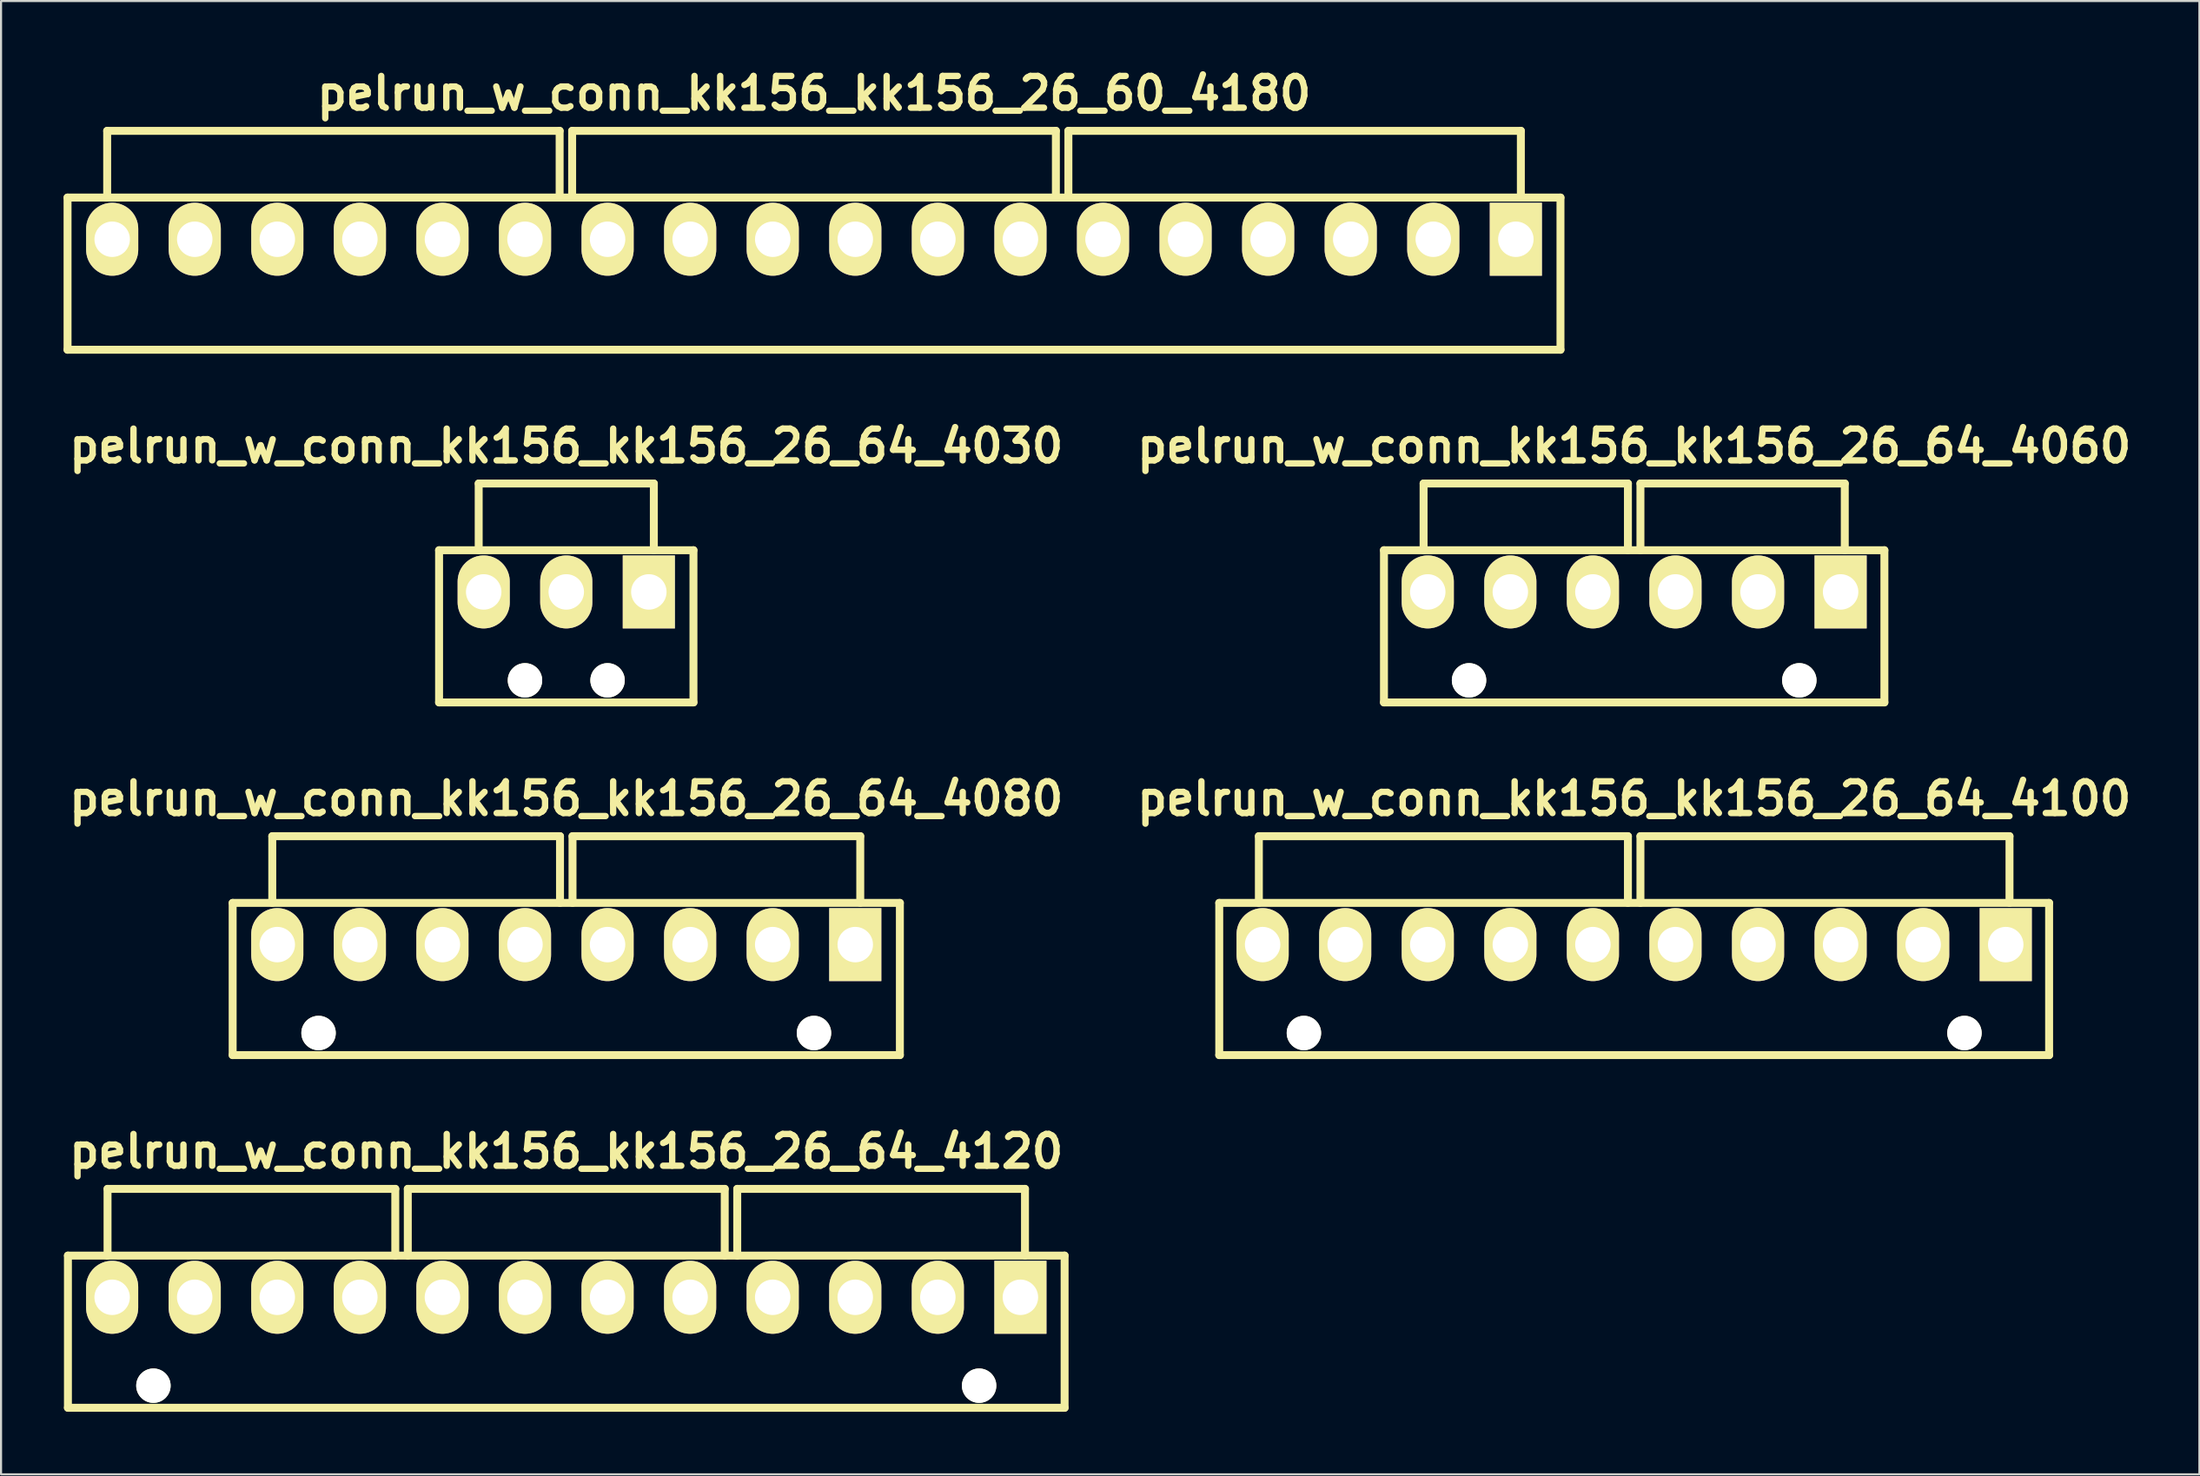
<source format=kicad_pcb>
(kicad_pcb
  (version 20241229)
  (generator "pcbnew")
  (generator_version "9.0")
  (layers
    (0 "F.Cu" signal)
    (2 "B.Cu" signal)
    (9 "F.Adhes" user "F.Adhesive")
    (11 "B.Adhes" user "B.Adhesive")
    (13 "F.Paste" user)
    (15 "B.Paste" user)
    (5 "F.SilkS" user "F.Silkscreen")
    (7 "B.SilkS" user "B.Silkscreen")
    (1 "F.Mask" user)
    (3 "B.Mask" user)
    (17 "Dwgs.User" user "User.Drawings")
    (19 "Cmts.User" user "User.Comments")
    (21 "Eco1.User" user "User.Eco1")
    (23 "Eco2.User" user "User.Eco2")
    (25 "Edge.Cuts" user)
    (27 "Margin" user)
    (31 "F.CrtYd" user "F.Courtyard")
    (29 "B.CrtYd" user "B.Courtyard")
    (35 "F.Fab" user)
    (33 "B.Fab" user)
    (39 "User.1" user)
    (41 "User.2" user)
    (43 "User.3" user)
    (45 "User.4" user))
  (footprint "pelrun_w_conn_kk156_kk156_26_64_4120"
    (layer "F.Cu")
    (at 24.108 59.177)
    (property "Reference" "pelrun_w_conn_kk156_kk156_26_64_4120" (at 0 -7 0) (layer "F.SilkS") (effects (font (size 1.524 1.524) (thickness 0.305))))
    (attr through_hole)
    (fp_line (start -23.9 -2) (end 23.9 -2) (stroke (width 0.381) (type solid)) (layer "F.SilkS"))
    (fp_line (start -23.9 5.3) (end -23.9 -2) (stroke (width 0.381) (type solid)) (layer "F.SilkS"))
    (fp_line (start -23.9 5.3) (end 23.9 5.3) (stroke (width 0.381) (type solid)) (layer "F.SilkS"))
    (fp_line (start -22 -2) (end -22 -5.2) (stroke (width 0.381) (type solid)) (layer "F.SilkS"))
    (fp_line (start -8.2 -5.2) (end -22 -5.2) (stroke (width 0.381) (type solid)) (layer "F.SilkS"))
    (fp_line (start -8.2 -2) (end -8.2 -5.2) (stroke (width 0.381) (type solid)) (layer "F.SilkS"))
    (fp_line (start -7.6 -5.2) (end 7.6 -5.2) (stroke (width 0.381) (type solid)) (layer "F.SilkS"))
    (fp_line (start -7.6 -2) (end -7.6 -5.2) (stroke (width 0.381) (type solid)) (layer "F.SilkS"))
    (fp_line (start 7.6 -5.2) (end 7.6 -2) (stroke (width 0.381) (type solid)) (layer "F.SilkS"))
    (fp_line (start 8.2 -5.2) (end 22 -5.2) (stroke (width 0.381) (type solid)) (layer "F.SilkS"))
    (fp_line (start 8.2 -2) (end 8.2 -5.2) (stroke (width 0.381) (type solid)) (layer "F.SilkS"))
    (fp_line (start 22 -5.2) (end 22 -2) (stroke (width 0.381) (type solid)) (layer "F.SilkS"))
    (fp_line (start 23.9 -2) (end 23.9 5.3) (stroke (width 0.381) (type solid)) (layer "F.SilkS"))
    (pad "" np_thru_hole circle (at -19.8 4.24) (size 1.65 1.65) (drill 1.65) (layers "*.Cu" "F.SilkS"))
    (pad "" np_thru_hole circle (at 19.8 4.24) (size 1.65 1.65) (drill 1.65) (layers "*.Cu" "F.SilkS"))
    (pad "1" thru_hole rect (at 21.78 0) (size 2.5 3.5) (drill 1.7) (layers "*.Cu" "*.Mask" "F.SilkS"))
    (pad "2" thru_hole oval (at 17.82 0) (size 2.5 3.5) (drill 1.7) (layers "*.Cu" "*.Mask" "F.SilkS"))
    (pad "3" thru_hole oval (at 13.86 0) (size 2.5 3.5) (drill 1.7) (layers "*.Cu" "*.Mask" "F.SilkS"))
    (pad "4" thru_hole oval (at 9.9 0) (size 2.5 3.5) (drill 1.7) (layers "*.Cu" "*.Mask" "F.SilkS"))
    (pad "5" thru_hole oval (at 5.94 0) (size 2.5 3.5) (drill 1.7) (layers "*.Cu" "*.Mask" "F.SilkS"))
    (pad "6" thru_hole oval (at 1.98 0) (size 2.5 3.5) (drill 1.7) (layers "*.Cu" "*.Mask" "F.SilkS"))
    (pad "7" thru_hole oval (at -1.98 0) (size 2.5 3.5) (drill 1.7) (layers "*.Cu" "*.Mask" "F.SilkS"))
    (pad "8" thru_hole oval (at -5.94 0) (size 2.5 3.5) (drill 1.7) (layers "*.Cu" "*.Mask" "F.SilkS"))
    (pad "9" thru_hole oval (at -9.9 0) (size 2.5 3.5) (drill 1.7) (layers "*.Cu" "*.Mask" "F.SilkS"))
    (pad "10" thru_hole oval (at -13.86 0) (size 2.5 3.5) (drill 1.7) (layers "*.Cu" "*.Mask" "F.SilkS"))
    (pad "11" thru_hole oval (at -17.82 0) (size 2.5 3.5) (drill 1.7) (layers "*.Cu" "*.Mask" "F.SilkS"))
    (pad "12" thru_hole oval (at -21.78 0) (size 2.5 3.5) (drill 1.7) (layers "*.Cu" "*.Mask" "F.SilkS")))
  (footprint "pelrun_w_conn_kk156_kk156_26_64_4080"
    (layer "F.Cu")
    (at 24.108 42.26)
    (property "Reference" "pelrun_w_conn_kk156_kk156_26_64_4080" (at 0 -7 0) (layer "F.SilkS") (effects (font (size 1.524 1.524) (thickness 0.305))))
    (attr through_hole)
    (fp_line (start -16 -2) (end 16 -2) (stroke (width 0.381) (type solid)) (layer "F.SilkS"))
    (fp_line (start -16 5.3) (end -16 -2) (stroke (width 0.381) (type solid)) (layer "F.SilkS"))
    (fp_line (start -16 5.3) (end 16 5.3) (stroke (width 0.381) (type solid)) (layer "F.SilkS"))
    (fp_line (start -14.1 -2) (end -14.1 -5.2) (stroke (width 0.381) (type solid)) (layer "F.SilkS"))
    (fp_line (start -0.3 -5.2) (end -14.1 -5.2) (stroke (width 0.381) (type solid)) (layer "F.SilkS"))
    (fp_line (start -0.3 -2) (end -0.3 -5.2) (stroke (width 0.381) (type solid)) (layer "F.SilkS"))
    (fp_line (start 0.3 -5.2) (end 14.1 -5.2) (stroke (width 0.381) (type solid)) (layer "F.SilkS"))
    (fp_line (start 0.3 -2) (end 0.3 -5.2) (stroke (width 0.381) (type solid)) (layer "F.SilkS"))
    (fp_line (start 14.1 -5.2) (end 14.1 -2) (stroke (width 0.381) (type solid)) (layer "F.SilkS"))
    (fp_line (start 16 -2) (end 16 5.3) (stroke (width 0.381) (type solid)) (layer "F.SilkS"))
    (pad "" np_thru_hole circle (at -11.88 4.24) (size 1.65 1.65) (drill 1.65) (layers "*.Cu" "F.SilkS"))
    (pad "" np_thru_hole circle (at 11.88 4.24) (size 1.65 1.65) (drill 1.65) (layers "*.Cu" "F.SilkS"))
    (pad "1" thru_hole rect (at 13.86 0) (size 2.5 3.5) (drill 1.7) (layers "*.Cu" "*.Mask" "F.SilkS"))
    (pad "2" thru_hole oval (at 9.9 0) (size 2.5 3.5) (drill 1.7) (layers "*.Cu" "*.Mask" "F.SilkS"))
    (pad "3" thru_hole oval (at 5.94 0) (size 2.5 3.5) (drill 1.7) (layers "*.Cu" "*.Mask" "F.SilkS"))
    (pad "4" thru_hole oval (at 1.98 0) (size 2.5 3.5) (drill 1.7) (layers "*.Cu" "*.Mask" "F.SilkS"))
    (pad "5" thru_hole oval (at -1.98 0) (size 2.5 3.5) (drill 1.7) (layers "*.Cu" "*.Mask" "F.SilkS"))
    (pad "6" thru_hole oval (at -5.94 0) (size 2.5 3.5) (drill 1.7) (layers "*.Cu" "*.Mask" "F.SilkS"))
    (pad "7" thru_hole oval (at -9.9 0) (size 2.5 3.5) (drill 1.7) (layers "*.Cu" "*.Mask" "F.SilkS"))
    (pad "8" thru_hole oval (at -13.86 0) (size 2.5 3.5) (drill 1.7) (layers "*.Cu" "*.Mask" "F.SilkS")))
  (footprint "pelrun_w_conn_kk156_kk156_26_64_4060"
    (layer "F.Cu")
    (at 75.325 25.343)
    (property "Reference" "pelrun_w_conn_kk156_kk156_26_64_4060" (at 0 -7 0) (layer "F.SilkS") (effects (font (size 1.524 1.524) (thickness 0.305))))
    (attr through_hole)
    (fp_line (start -12 -2) (end 12 -2) (stroke (width 0.381) (type solid)) (layer "F.SilkS"))
    (fp_line (start -12 5.3) (end -12 -2) (stroke (width 0.381) (type solid)) (layer "F.SilkS"))
    (fp_line (start -12 5.3) (end 12 5.3) (stroke (width 0.381) (type solid)) (layer "F.SilkS"))
    (fp_line (start -10.1 -2) (end -10.1 -5.2) (stroke (width 0.381) (type solid)) (layer "F.SilkS"))
    (fp_line (start -0.3 -5.2) (end -10.1 -5.2) (stroke (width 0.381) (type solid)) (layer "F.SilkS"))
    (fp_line (start -0.3 -2) (end -0.3 -5.2) (stroke (width 0.381) (type solid)) (layer "F.SilkS"))
    (fp_line (start 0.3 -5.2) (end 10.1 -5.2) (stroke (width 0.381) (type solid)) (layer "F.SilkS"))
    (fp_line (start 0.3 -2) (end 0.3 -5.2) (stroke (width 0.381) (type solid)) (layer "F.SilkS"))
    (fp_line (start 10.1 -5.2) (end 10.1 -2) (stroke (width 0.381) (type solid)) (layer "F.SilkS"))
    (fp_line (start 12 -2) (end 12 5.3) (stroke (width 0.381) (type solid)) (layer "F.SilkS"))
    (pad "" np_thru_hole circle (at -7.92 4.24) (size 1.65 1.65) (drill 1.65) (layers "*.Cu" "F.SilkS"))
    (pad "" np_thru_hole circle (at 7.92 4.24) (size 1.65 1.65) (drill 1.65) (layers "*.Cu" "F.SilkS"))
    (pad "1" thru_hole rect (at 9.9 0) (size 2.5 3.5) (drill 1.7) (layers "*.Cu" "*.Mask" "F.SilkS"))
    (pad "2" thru_hole oval (at 5.94 0) (size 2.5 3.5) (drill 1.7) (layers "*.Cu" "*.Mask" "F.SilkS"))
    (pad "3" thru_hole oval (at 1.98 0) (size 2.5 3.5) (drill 1.7) (layers "*.Cu" "*.Mask" "F.SilkS"))
    (pad "4" thru_hole oval (at -1.98 0) (size 2.5 3.5) (drill 1.7) (layers "*.Cu" "*.Mask" "F.SilkS"))
    (pad "5" thru_hole oval (at -5.94 0) (size 2.5 3.5) (drill 1.7) (layers "*.Cu" "*.Mask" "F.SilkS"))
    (pad "6" thru_hole oval (at -9.9 0) (size 2.5 3.5) (drill 1.7) (layers "*.Cu" "*.Mask" "F.SilkS")))
  (footprint "pelrun_w_conn_kk156_kk156_26_64_4030"
    (layer "F.Cu")
    (at 24.108 25.343)
    (property "Reference" "pelrun_w_conn_kk156_kk156_26_64_4030" (at 0 -7 0) (layer "F.SilkS") (effects (font (size 1.524 1.524) (thickness 0.305))))
    (attr through_hole)
    (fp_line (start -6.1 -2) (end 6.1 -2) (stroke (width 0.381) (type solid)) (layer "F.SilkS"))
    (fp_line (start -6.1 5.3) (end -6.1 -2) (stroke (width 0.381) (type solid)) (layer "F.SilkS"))
    (fp_line (start -6.1 5.3) (end 6.1 5.3) (stroke (width 0.381) (type solid)) (layer "F.SilkS"))
    (fp_line (start -4.2 -5.2) (end 4.2 -5.2) (stroke (width 0.381) (type solid)) (layer "F.SilkS"))
    (fp_line (start -4.2 -2) (end -4.2 -5.2) (stroke (width 0.381) (type solid)) (layer "F.SilkS"))
    (fp_line (start 4.2 -5.2) (end 4.2 -2) (stroke (width 0.381) (type solid)) (layer "F.SilkS"))
    (fp_line (start 6.1 -2) (end 6.1 5.3) (stroke (width 0.381) (type solid)) (layer "F.SilkS"))
    (pad "" np_thru_hole circle (at -1.98 4.24) (size 1.65 1.65) (drill 1.65) (layers "*.Cu" "F.SilkS"))
    (pad "" np_thru_hole circle (at 1.98 4.24) (size 1.65 1.65) (drill 1.65) (layers "*.Cu" "F.SilkS"))
    (pad "1" thru_hole rect (at 3.96 0) (size 2.5 3.5) (drill 1.7) (layers "*.Cu" "*.Mask" "F.SilkS"))
    (pad "2" thru_hole oval (at 0 0) (size 2.5 3.5) (drill 1.7) (layers "*.Cu" "*.Mask" "F.SilkS"))
    (pad "3" thru_hole oval (at -3.96 0) (size 2.5 3.5) (drill 1.7) (layers "*.Cu" "*.Mask" "F.SilkS")))
  (footprint "pelrun_w_conn_kk156_kk156_26_60_4180"
    (layer "F.Cu")
    (at 35.99 8.426)
    (property "Reference" "pelrun_w_conn_kk156_kk156_26_60_4180" (at 0 -7 0) (layer "F.SilkS") (effects (font (size 1.524 1.524) (thickness 0.305))))
    (attr through_hole)
    (fp_line (start -35.8 -2) (end 35.8 -2) (stroke (width 0.381) (type solid)) (layer "F.SilkS"))
    (fp_line (start -35.8 5.3) (end -35.8 -2) (stroke (width 0.381) (type solid)) (layer "F.SilkS"))
    (fp_line (start -35.8 5.3) (end 35.8 5.3) (stroke (width 0.381) (type solid)) (layer "F.SilkS"))
    (fp_line (start -33.9 -2) (end -33.9 -5.2) (stroke (width 0.381) (type solid)) (layer "F.SilkS"))
    (fp_line (start -12.2 -5.2) (end -33.9 -5.2) (stroke (width 0.381) (type solid)) (layer "F.SilkS"))
    (fp_line (start -12.2 -2) (end -12.2 -5.2) (stroke (width 0.381) (type solid)) (layer "F.SilkS"))
    (fp_line (start -11.6 -5.2) (end 11.6 -5.2) (stroke (width 0.381) (type solid)) (layer "F.SilkS"))
    (fp_line (start -11.6 -2) (end -11.6 -5.2) (stroke (width 0.381) (type solid)) (layer "F.SilkS"))
    (fp_line (start 11.6 -5.2) (end 11.6 -2) (stroke (width 0.381) (type solid)) (layer "F.SilkS"))
    (fp_line (start 12.2 -5.2) (end 33.9 -5.2) (stroke (width 0.381) (type solid)) (layer "F.SilkS"))
    (fp_line (start 12.2 -2) (end 12.2 -5.2) (stroke (width 0.381) (type solid)) (layer "F.SilkS"))
    (fp_line (start 33.9 -5.2) (end 33.9 -2) (stroke (width 0.381) (type solid)) (layer "F.SilkS"))
    (fp_line (start 35.8 -2) (end 35.8 5.3) (stroke (width 0.381) (type solid)) (layer "F.SilkS"))
    (pad "1" thru_hole rect (at 33.66 0) (size 2.5 3.5) (drill 1.7) (layers "*.Cu" "*.Mask" "F.SilkS"))
    (pad "2" thru_hole oval (at 29.7 0) (size 2.5 3.5) (drill 1.7) (layers "*.Cu" "*.Mask" "F.SilkS"))
    (pad "3" thru_hole oval (at 25.74 0) (size 2.5 3.5) (drill 1.7) (layers "*.Cu" "*.Mask" "F.SilkS"))
    (pad "4" thru_hole oval (at 21.78 0) (size 2.5 3.5) (drill 1.7) (layers "*.Cu" "*.Mask" "F.SilkS"))
    (pad "5" thru_hole oval (at 17.82 0) (size 2.5 3.5) (drill 1.7) (layers "*.Cu" "*.Mask" "F.SilkS"))
    (pad "6" thru_hole oval (at 13.86 0) (size 2.5 3.5) (drill 1.7) (layers "*.Cu" "*.Mask" "F.SilkS"))
    (pad "7" thru_hole oval (at 9.9 0) (size 2.5 3.5) (drill 1.7) (layers "*.Cu" "*.Mask" "F.SilkS"))
    (pad "8" thru_hole oval (at 5.94 0) (size 2.5 3.5) (drill 1.7) (layers "*.Cu" "*.Mask" "F.SilkS"))
    (pad "9" thru_hole oval (at 1.98 0) (size 2.5 3.5) (drill 1.7) (layers "*.Cu" "*.Mask" "F.SilkS"))
    (pad "10" thru_hole oval (at -1.98 0) (size 2.5 3.5) (drill 1.7) (layers "*.Cu" "*.Mask" "F.SilkS"))
    (pad "11" thru_hole oval (at -5.94 0) (size 2.5 3.5) (drill 1.7) (layers "*.Cu" "*.Mask" "F.SilkS"))
    (pad "12" thru_hole oval (at -9.9 0) (size 2.5 3.5) (drill 1.7) (layers "*.Cu" "*.Mask" "F.SilkS"))
    (pad "13" thru_hole oval (at -13.86 0) (size 2.5 3.5) (drill 1.7) (layers "*.Cu" "*.Mask" "F.SilkS"))
    (pad "14" thru_hole oval (at -17.82 0) (size 2.5 3.5) (drill 1.7) (layers "*.Cu" "*.Mask" "F.SilkS"))
    (pad "15" thru_hole oval (at -21.78 0) (size 2.5 3.5) (drill 1.7) (layers "*.Cu" "*.Mask" "F.SilkS"))
    (pad "16" thru_hole oval (at -25.74 0) (size 2.5 3.5) (drill 1.7) (layers "*.Cu" "*.Mask" "F.SilkS"))
    (pad "17" thru_hole oval (at -29.7 0) (size 2.5 3.5) (drill 1.7) (layers "*.Cu" "*.Mask" "F.SilkS"))
    (pad "18" thru_hole oval (at -33.66 0) (size 2.5 3.5) (drill 1.7) (layers "*.Cu" "*.Mask" "F.SilkS")))
  (footprint "pelrun_w_conn_kk156_kk156_26_64_4100"
    (layer "F.Cu")
    (at 75.325 42.26)
    (property "Reference" "pelrun_w_conn_kk156_kk156_26_64_4100" (at 0 -7 0) (layer "F.SilkS") (effects (font (size 1.524 1.524) (thickness 0.305))))
    (attr through_hole)
    (fp_line (start -19.9 -2) (end 19.9 -2) (stroke (width 0.381) (type solid)) (layer "F.SilkS"))
    (fp_line (start -19.9 5.3) (end -19.9 -2) (stroke (width 0.381) (type solid)) (layer "F.SilkS"))
    (fp_line (start -19.9 5.3) (end 19.9 5.3) (stroke (width 0.381) (type solid)) (layer "F.SilkS"))
    (fp_line (start -18 -2) (end -18 -5.2) (stroke (width 0.381) (type solid)) (layer "F.SilkS"))
    (fp_line (start -0.3 -5.2) (end -18 -5.2) (stroke (width 0.381) (type solid)) (layer "F.SilkS"))
    (fp_line (start -0.3 -2) (end -0.3 -5.2) (stroke (width 0.381) (type solid)) (layer "F.SilkS"))
    (fp_line (start 0.3 -5.2) (end 18 -5.2) (stroke (width 0.381) (type solid)) (layer "F.SilkS"))
    (fp_line (start 0.3 -2) (end 0.3 -5.2) (stroke (width 0.381) (type solid)) (layer "F.SilkS"))
    (fp_line (start 18 -5.2) (end 18 -2) (stroke (width 0.381) (type solid)) (layer "F.SilkS"))
    (fp_line (start 19.9 -2) (end 19.9 5.3) (stroke (width 0.381) (type solid)) (layer "F.SilkS"))
    (pad "" np_thru_hole circle (at -15.84 4.24) (size 1.65 1.65) (drill 1.65) (layers "*.Cu" "F.SilkS"))
    (pad "" np_thru_hole circle (at 15.84 4.24) (size 1.65 1.65) (drill 1.65) (layers "*.Cu" "F.SilkS"))
    (pad "1" thru_hole rect (at 17.82 0) (size 2.5 3.5) (drill 1.7) (layers "*.Cu" "*.Mask" "F.SilkS"))
    (pad "2" thru_hole oval (at 13.86 0) (size 2.5 3.5) (drill 1.7) (layers "*.Cu" "*.Mask" "F.SilkS"))
    (pad "3" thru_hole oval (at 9.9 0) (size 2.5 3.5) (drill 1.7) (layers "*.Cu" "*.Mask" "F.SilkS"))
    (pad "4" thru_hole oval (at 5.94 0) (size 2.5 3.5) (drill 1.7) (layers "*.Cu" "*.Mask" "F.SilkS"))
    (pad "5" thru_hole oval (at 1.98 0) (size 2.5 3.5) (drill 1.7) (layers "*.Cu" "*.Mask" "F.SilkS"))
    (pad "6" thru_hole oval (at -1.98 0) (size 2.5 3.5) (drill 1.7) (layers "*.Cu" "*.Mask" "F.SilkS"))
    (pad "7" thru_hole oval (at -5.94 0) (size 2.5 3.5) (drill 1.7) (layers "*.Cu" "*.Mask" "F.SilkS"))
    (pad "8" thru_hole oval (at -9.9 0) (size 2.5 3.5) (drill 1.7) (layers "*.Cu" "*.Mask" "F.SilkS"))
    (pad "9" thru_hole oval (at -13.86 0) (size 2.5 3.5) (drill 1.7) (layers "*.Cu" "*.Mask" "F.SilkS"))
    (pad "10" thru_hole oval (at -17.82 0) (size 2.5 3.5) (drill 1.7) (layers "*.Cu" "*.Mask" "F.SilkS")))
  (gr_rect
    (start -3 -3)
    (end 102.433 67.668)
    (stroke (width 0.1) (type default))
    (fill no)
    (layer "Edge.Cuts")))
</source>
